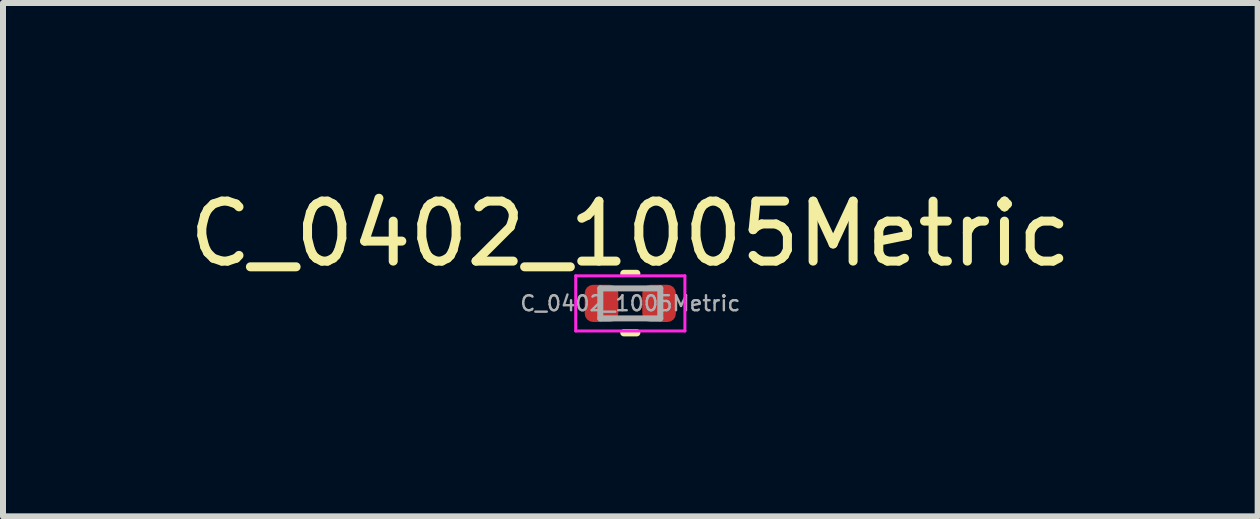
<source format=kicad_pcb>
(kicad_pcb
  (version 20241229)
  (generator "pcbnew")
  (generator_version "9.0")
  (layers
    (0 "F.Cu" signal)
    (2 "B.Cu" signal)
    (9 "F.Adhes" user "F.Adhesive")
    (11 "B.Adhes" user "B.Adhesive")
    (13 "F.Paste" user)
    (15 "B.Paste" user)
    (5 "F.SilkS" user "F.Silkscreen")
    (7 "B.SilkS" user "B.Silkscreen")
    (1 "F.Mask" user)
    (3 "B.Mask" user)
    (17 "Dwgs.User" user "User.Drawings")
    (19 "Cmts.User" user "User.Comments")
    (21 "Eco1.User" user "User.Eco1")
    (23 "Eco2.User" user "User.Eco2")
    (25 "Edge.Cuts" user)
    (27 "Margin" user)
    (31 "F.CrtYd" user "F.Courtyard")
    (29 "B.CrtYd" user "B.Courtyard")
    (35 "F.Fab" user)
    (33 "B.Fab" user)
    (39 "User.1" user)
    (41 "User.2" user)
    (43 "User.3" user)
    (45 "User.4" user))
  (footprint "C_0402_1005Metric"
    (layer "F.Cu")
    (at 7.458 2.008)
    (property "Reference" "C_0402_1005Metric" (at 0 -1.16 0) (layer "F.SilkS") (effects (font (size 1 1) (thickness 0.15))))
    (attr smd)
    (fp_line (start -0.108 -0.5) (end 0.108 -0.5) (stroke (width 0.12) (type solid)) (layer "F.SilkS"))
    (fp_line (start -0.108 0.49) (end 0.108 0.49) (stroke (width 0.12) (type solid)) (layer "F.SilkS"))
    (fp_line (start -0.91 -0.46) (end 0.91 -0.46) (stroke (width 0.05) (type solid)) (layer "F.CrtYd"))
    (fp_line (start -0.91 0.46) (end -0.91 -0.46) (stroke (width 0.05) (type solid)) (layer "F.CrtYd"))
    (fp_line (start 0.91 -0.46) (end 0.91 0.46) (stroke (width 0.05) (type solid)) (layer "F.CrtYd"))
    (fp_line (start 0.91 0.46) (end -0.91 0.46) (stroke (width 0.05) (type solid)) (layer "F.CrtYd"))
    (fp_line (start -0.5 -0.25) (end 0.5 -0.25) (stroke (width 0.1) (type solid)) (layer "F.Fab"))
    (fp_line (start -0.5 0.25) (end -0.5 -0.25) (stroke (width 0.1) (type solid)) (layer "F.Fab"))
    (fp_line (start 0.5 -0.25) (end 0.5 0.25) (stroke (width 0.1) (type solid)) (layer "F.Fab"))
    (fp_line (start 0.5 0.25) (end -0.5 0.25) (stroke (width 0.1) (type solid)) (layer "F.Fab"))
    (fp_text user "${REFERENCE}" (at 0 0 0) (layer "F.Fab") (effects (font (size 0.25 0.25) (thickness 0.04))))
    (pad "1" smd roundrect (at -0.48 0) (size 0.56 0.62) (layers "F.Cu" "F.Mask" "F.Paste") (roundrect_rratio 0.25))
    (pad "2" smd roundrect (at 0.48 0) (size 0.56 0.62) (layers "F.Cu" "F.Mask" "F.Paste") (roundrect_rratio 0.25)))
  (gr_rect
    (start -3 -3)
    (end 17.917 5.558)
    (stroke (width 0.1) (type default))
    (fill no)
    (layer "Edge.Cuts")))
</source>
